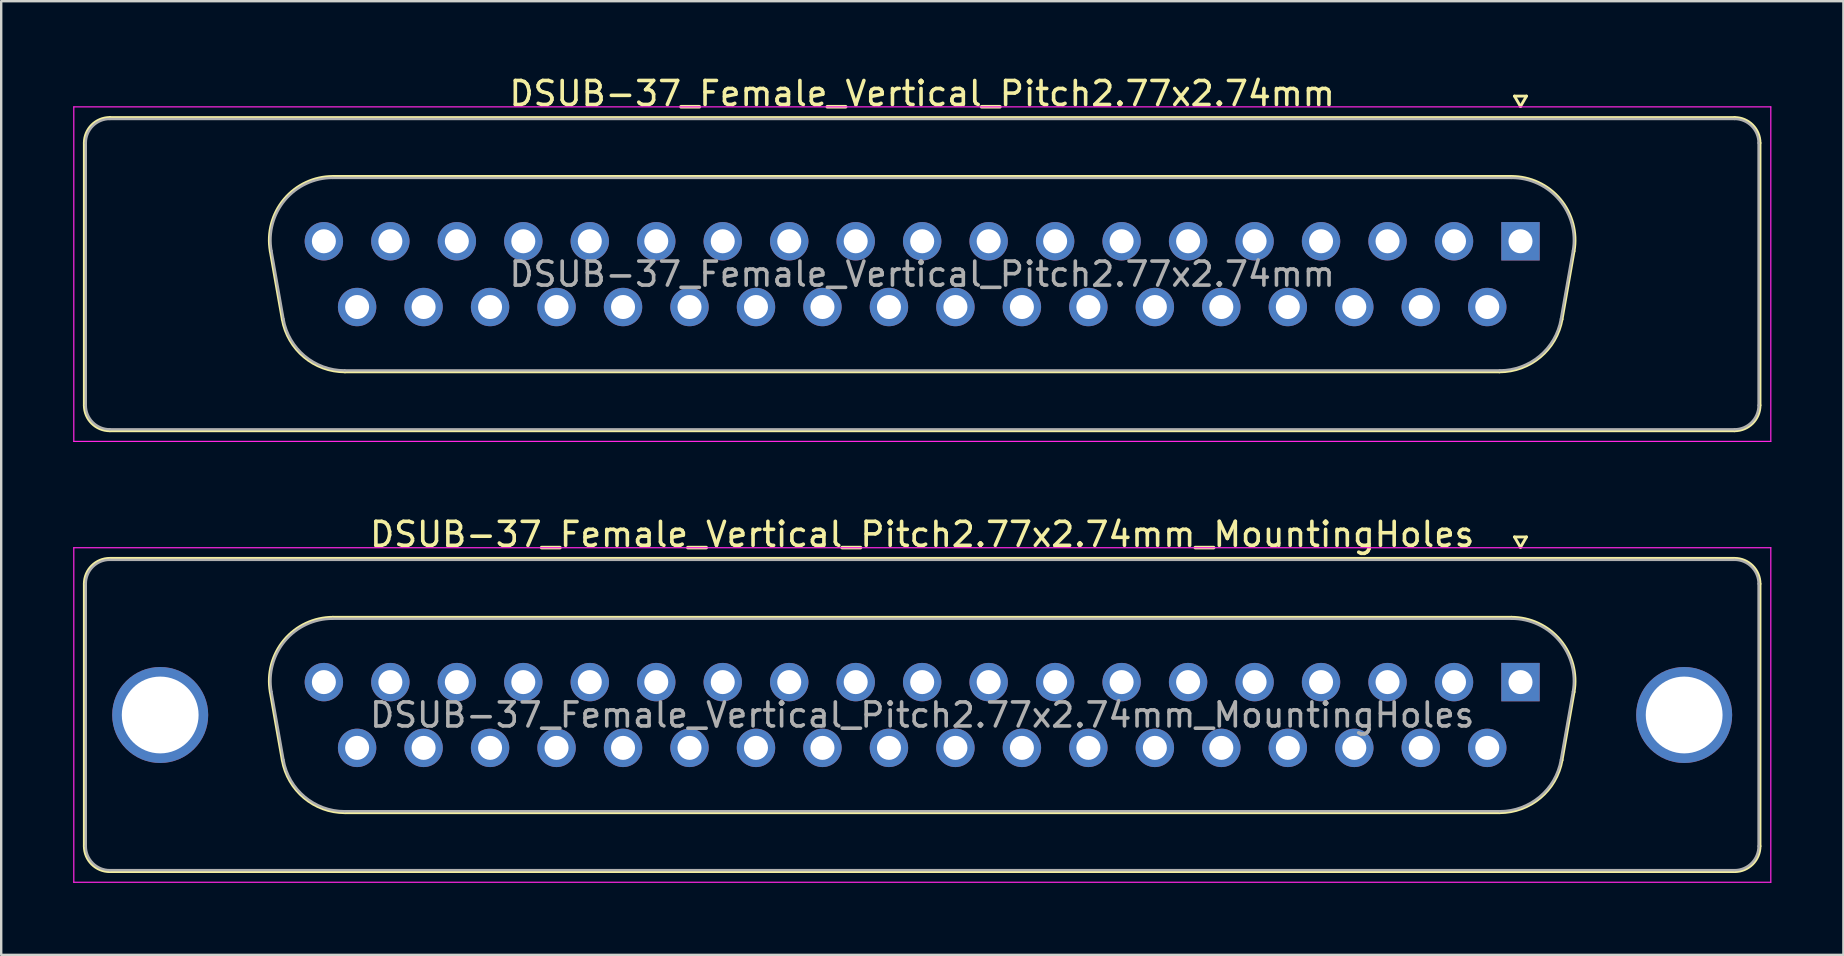
<source format=kicad_pcb>
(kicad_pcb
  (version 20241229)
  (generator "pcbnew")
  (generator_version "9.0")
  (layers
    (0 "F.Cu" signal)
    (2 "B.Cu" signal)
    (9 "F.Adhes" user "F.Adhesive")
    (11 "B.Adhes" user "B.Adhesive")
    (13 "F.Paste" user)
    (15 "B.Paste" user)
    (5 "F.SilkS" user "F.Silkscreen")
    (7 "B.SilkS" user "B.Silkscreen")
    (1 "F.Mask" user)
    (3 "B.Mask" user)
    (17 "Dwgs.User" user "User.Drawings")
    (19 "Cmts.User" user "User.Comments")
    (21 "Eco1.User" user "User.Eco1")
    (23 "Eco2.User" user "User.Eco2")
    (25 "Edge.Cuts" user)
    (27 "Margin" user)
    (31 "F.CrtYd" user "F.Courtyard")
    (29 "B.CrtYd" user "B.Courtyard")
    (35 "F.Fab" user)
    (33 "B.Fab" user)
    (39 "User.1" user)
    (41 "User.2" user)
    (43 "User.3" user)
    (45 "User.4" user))
  (footprint "DSUB-37_Female_Vertical_Pitch2.77x2.74mm"
    (layer "F.Cu")
    (at 60.305 7.003)
    (property "Reference" "DSUB-37_Female_Vertical_Pitch2.77x2.74mm" (at -24.93 -6.155 0) (layer "F.SilkS") (effects (font (size 1 1) (thickness 0.15))))
    (attr through_hole)
    (fp_line (start -59.84 6.835) (end -59.84 -4.095) (stroke (width 0.12) (type solid)) (layer "F.SilkS"))
    (fp_line (start -58.78 -5.155) (end 8.92 -5.155) (stroke (width 0.12) (type solid)) (layer "F.SilkS"))
    (fp_line (start -52.092 0.41) (end -51.591 3.25) (stroke (width 0.12) (type solid)) (layer "F.SilkS"))
    (fp_line (start -49.482 -2.7) (end -0.378 -2.7) (stroke (width 0.12) (type solid)) (layer "F.SilkS"))
    (fp_line (start -48.981 5.44) (end -0.879 5.44) (stroke (width 0.12) (type solid)) (layer "F.SilkS"))
    (fp_line (start -0.25 -6.049) (end 0.25 -6.049) (stroke (width 0.12) (type solid)) (layer "F.SilkS"))
    (fp_line (start 0 -5.616) (end -0.25 -6.049) (stroke (width 0.12) (type solid)) (layer "F.SilkS"))
    (fp_line (start 0.25 -6.049) (end 0 -5.616) (stroke (width 0.12) (type solid)) (layer "F.SilkS"))
    (fp_line (start 2.232 0.41) (end 1.731 3.25) (stroke (width 0.12) (type solid)) (layer "F.SilkS"))
    (fp_line (start 8.92 7.895) (end -58.78 7.895) (stroke (width 0.12) (type solid)) (layer "F.SilkS"))
    (fp_line (start 9.98 -4.095) (end 9.98 6.835) (stroke (width 0.12) (type solid)) (layer "F.SilkS"))
    (fp_arc (start -59.84 -4.095) (mid -59.529533 -4.844533) (end -58.78 -5.155) (stroke (width 0.12) (type solid)) (layer "F.SilkS"))
    (fp_arc (start -58.78 7.895) (mid -59.529533 7.584533) (end -59.84 6.835) (stroke (width 0.12) (type solid)) (layer "F.SilkS"))
    (fp_arc (start -52.091594 0.410168) (mid -51.511871 -1.753387) (end -49.481853 -2.7) (stroke (width 0.12) (type solid)) (layer "F.SilkS"))
    (fp_arc (start -48.981084 5.44) (mid -50.684471 4.820018) (end -51.590825 3.250168) (stroke (width 0.12) (type solid)) (layer "F.SilkS"))
    (fp_arc (start -0.378147 -2.7) (mid 1.651871 -1.753387) (end 2.231594 0.410168) (stroke (width 0.12) (type solid)) (layer "F.SilkS"))
    (fp_arc (start 1.730825 3.250168) (mid 0.824471 4.820018) (end -0.878916 5.44) (stroke (width 0.12) (type solid)) (layer "F.SilkS"))
    (fp_arc (start 8.92 -5.155) (mid 9.669533 -4.844533) (end 9.98 -4.095) (stroke (width 0.12) (type solid)) (layer "F.SilkS"))
    (fp_arc (start 9.98 6.835) (mid 9.669533 7.584533) (end 8.92 7.895) (stroke (width 0.12) (type solid)) (layer "F.SilkS"))
    (fp_line (start -60.28 -5.6) (end -60.28 8.34) (stroke (width 0.05) (type solid)) (layer "F.CrtYd"))
    (fp_line (start -60.28 8.34) (end 10.43 8.34) (stroke (width 0.05) (type solid)) (layer "F.CrtYd"))
    (fp_line (start 10.43 -5.6) (end -60.28 -5.6) (stroke (width 0.05) (type solid)) (layer "F.CrtYd"))
    (fp_line (start 10.43 8.34) (end 10.43 -5.6) (stroke (width 0.05) (type solid)) (layer "F.CrtYd"))
    (fp_line (start -59.78 6.835) (end -59.78 -4.095) (stroke (width 0.1) (type solid)) (layer "F.Fab"))
    (fp_line (start -58.78 -5.095) (end 8.92 -5.095) (stroke (width 0.1) (type solid)) (layer "F.Fab"))
    (fp_line (start -52.044 0.4) (end -51.543 3.24) (stroke (width 0.1) (type solid)) (layer "F.Fab"))
    (fp_line (start -49.493 -2.64) (end -0.367 -2.64) (stroke (width 0.1) (type solid)) (layer "F.Fab"))
    (fp_line (start -48.993 5.38) (end -0.867 5.38) (stroke (width 0.1) (type solid)) (layer "F.Fab"))
    (fp_line (start 2.184 0.4) (end 1.683 3.24) (stroke (width 0.1) (type solid)) (layer "F.Fab"))
    (fp_line (start 8.92 7.835) (end -58.78 7.835) (stroke (width 0.1) (type solid)) (layer "F.Fab"))
    (fp_line (start 9.92 -4.095) (end 9.92 6.835) (stroke (width 0.1) (type solid)) (layer "F.Fab"))
    (fp_arc (start -59.78 -4.095) (mid -59.487107 -4.802107) (end -58.78 -5.095) (stroke (width 0.1) (type solid)) (layer "F.Fab"))
    (fp_arc (start -58.78 7.835) (mid -59.487107 7.542107) (end -59.78 6.835) (stroke (width 0.1) (type solid)) (layer "F.Fab"))
    (fp_arc (start -52.04401 0.399749) (mid -51.477413 -1.71482) (end -49.493358 -2.64) (stroke (width 0.1) (type solid)) (layer "F.Fab"))
    (fp_arc (start -48.99259 5.38) (mid -50.65741 4.774055) (end -51.543242 3.239749) (stroke (width 0.1) (type solid)) (layer "F.Fab"))
    (fp_arc (start -0.366642 -2.64) (mid 1.617413 -1.71482) (end 2.18401 0.399749) (stroke (width 0.1) (type solid)) (layer "F.Fab"))
    (fp_arc (start 1.683242 3.239749) (mid 0.79741 4.774055) (end -0.86741 5.38) (stroke (width 0.1) (type solid)) (layer "F.Fab"))
    (fp_arc (start 8.92 -5.095) (mid 9.627107 -4.802107) (end 9.92 -4.095) (stroke (width 0.1) (type solid)) (layer "F.Fab"))
    (fp_arc (start 9.92 6.835) (mid 9.627107 7.542107) (end 8.92 7.835) (stroke (width 0.1) (type solid)) (layer "F.Fab"))
    (fp_text user "${REFERENCE}" (at -24.93 1.37 0) (layer "F.Fab") (effects (font (size 1 1) (thickness 0.15))))
    (pad "1" thru_hole rect (at 0 0) (size 1.6 1.6) (drill 1) (layers "*.Cu" "*.Mask"))
    (pad "2" thru_hole circle (at -2.77 0) (size 1.6 1.6) (drill 1) (layers "*.Cu" "*.Mask"))
    (pad "3" thru_hole circle (at -5.54 0) (size 1.6 1.6) (drill 1) (layers "*.Cu" "*.Mask"))
    (pad "4" thru_hole circle (at -8.31 0) (size 1.6 1.6) (drill 1) (layers "*.Cu" "*.Mask"))
    (pad "5" thru_hole circle (at -11.08 0) (size 1.6 1.6) (drill 1) (layers "*.Cu" "*.Mask"))
    (pad "6" thru_hole circle (at -13.85 0) (size 1.6 1.6) (drill 1) (layers "*.Cu" "*.Mask"))
    (pad "7" thru_hole circle (at -16.62 0) (size 1.6 1.6) (drill 1) (layers "*.Cu" "*.Mask"))
    (pad "8" thru_hole circle (at -19.39 0) (size 1.6 1.6) (drill 1) (layers "*.Cu" "*.Mask"))
    (pad "9" thru_hole circle (at -22.16 0) (size 1.6 1.6) (drill 1) (layers "*.Cu" "*.Mask"))
    (pad "10" thru_hole circle (at -24.93 0) (size 1.6 1.6) (drill 1) (layers "*.Cu" "*.Mask"))
    (pad "11" thru_hole circle (at -27.7 0) (size 1.6 1.6) (drill 1) (layers "*.Cu" "*.Mask"))
    (pad "12" thru_hole circle (at -30.47 0) (size 1.6 1.6) (drill 1) (layers "*.Cu" "*.Mask"))
    (pad "13" thru_hole circle (at -33.24 0) (size 1.6 1.6) (drill 1) (layers "*.Cu" "*.Mask"))
    (pad "14" thru_hole circle (at -36.01 0) (size 1.6 1.6) (drill 1) (layers "*.Cu" "*.Mask"))
    (pad "15" thru_hole circle (at -38.78 0) (size 1.6 1.6) (drill 1) (layers "*.Cu" "*.Mask"))
    (pad "16" thru_hole circle (at -41.55 0) (size 1.6 1.6) (drill 1) (layers "*.Cu" "*.Mask"))
    (pad "17" thru_hole circle (at -44.32 0) (size 1.6 1.6) (drill 1) (layers "*.Cu" "*.Mask"))
    (pad "18" thru_hole circle (at -47.09 0) (size 1.6 1.6) (drill 1) (layers "*.Cu" "*.Mask"))
    (pad "19" thru_hole circle (at -49.86 0) (size 1.6 1.6) (drill 1) (layers "*.Cu" "*.Mask"))
    (pad "20" thru_hole circle (at -1.385 2.74) (size 1.6 1.6) (drill 1) (layers "*.Cu" "*.Mask"))
    (pad "21" thru_hole circle (at -4.155 2.74) (size 1.6 1.6) (drill 1) (layers "*.Cu" "*.Mask"))
    (pad "22" thru_hole circle (at -6.925 2.74) (size 1.6 1.6) (drill 1) (layers "*.Cu" "*.Mask"))
    (pad "23" thru_hole circle (at -9.695 2.74) (size 1.6 1.6) (drill 1) (layers "*.Cu" "*.Mask"))
    (pad "24" thru_hole circle (at -12.465 2.74) (size 1.6 1.6) (drill 1) (layers "*.Cu" "*.Mask"))
    (pad "25" thru_hole circle (at -15.235 2.74) (size 1.6 1.6) (drill 1) (layers "*.Cu" "*.Mask"))
    (pad "26" thru_hole circle (at -18.005 2.74) (size 1.6 1.6) (drill 1) (layers "*.Cu" "*.Mask"))
    (pad "27" thru_hole circle (at -20.775 2.74) (size 1.6 1.6) (drill 1) (layers "*.Cu" "*.Mask"))
    (pad "28" thru_hole circle (at -23.545 2.74) (size 1.6 1.6) (drill 1) (layers "*.Cu" "*.Mask"))
    (pad "29" thru_hole circle (at -26.315 2.74) (size 1.6 1.6) (drill 1) (layers "*.Cu" "*.Mask"))
    (pad "30" thru_hole circle (at -29.085 2.74) (size 1.6 1.6) (drill 1) (layers "*.Cu" "*.Mask"))
    (pad "31" thru_hole circle (at -31.855 2.74) (size 1.6 1.6) (drill 1) (layers "*.Cu" "*.Mask"))
    (pad "32" thru_hole circle (at -34.625 2.74) (size 1.6 1.6) (drill 1) (layers "*.Cu" "*.Mask"))
    (pad "33" thru_hole circle (at -37.395 2.74) (size 1.6 1.6) (drill 1) (layers "*.Cu" "*.Mask"))
    (pad "34" thru_hole circle (at -40.165 2.74) (size 1.6 1.6) (drill 1) (layers "*.Cu" "*.Mask"))
    (pad "35" thru_hole circle (at -42.935 2.74) (size 1.6 1.6) (drill 1) (layers "*.Cu" "*.Mask"))
    (pad "36" thru_hole circle (at -45.705 2.74) (size 1.6 1.6) (drill 1) (layers "*.Cu" "*.Mask"))
    (pad "37" thru_hole circle (at -48.475 2.74) (size 1.6 1.6) (drill 1) (layers "*.Cu" "*.Mask")))
  (footprint "DSUB-37_Female_Vertical_Pitch2.77x2.74mm_MountingHoles"
    (layer "F.Cu")
    (at 60.305 25.372)
    (property "Reference" "DSUB-37_Female_Vertical_Pitch2.77x2.74mm_MountingHoles" (at -24.93 -6.155 0) (layer "F.SilkS") (effects (font (size 1 1) (thickness 0.15))))
    (attr through_hole)
    (fp_line (start -59.84 6.835) (end -59.84 -4.095) (stroke (width 0.12) (type solid)) (layer "F.SilkS"))
    (fp_line (start -58.78 -5.155) (end 8.92 -5.155) (stroke (width 0.12) (type solid)) (layer "F.SilkS"))
    (fp_line (start -52.092 0.41) (end -51.591 3.25) (stroke (width 0.12) (type solid)) (layer "F.SilkS"))
    (fp_line (start -49.482 -2.7) (end -0.378 -2.7) (stroke (width 0.12) (type solid)) (layer "F.SilkS"))
    (fp_line (start -48.981 5.44) (end -0.879 5.44) (stroke (width 0.12) (type solid)) (layer "F.SilkS"))
    (fp_line (start -0.25 -6.049) (end 0.25 -6.049) (stroke (width 0.12) (type solid)) (layer "F.SilkS"))
    (fp_line (start 0 -5.616) (end -0.25 -6.049) (stroke (width 0.12) (type solid)) (layer "F.SilkS"))
    (fp_line (start 0.25 -6.049) (end 0 -5.616) (stroke (width 0.12) (type solid)) (layer "F.SilkS"))
    (fp_line (start 2.232 0.41) (end 1.731 3.25) (stroke (width 0.12) (type solid)) (layer "F.SilkS"))
    (fp_line (start 8.92 7.895) (end -58.78 7.895) (stroke (width 0.12) (type solid)) (layer "F.SilkS"))
    (fp_line (start 9.98 -4.095) (end 9.98 6.835) (stroke (width 0.12) (type solid)) (layer "F.SilkS"))
    (fp_arc (start -59.84 -4.095) (mid -59.529533 -4.844533) (end -58.78 -5.155) (stroke (width 0.12) (type solid)) (layer "F.SilkS"))
    (fp_arc (start -58.78 7.895) (mid -59.529533 7.584533) (end -59.84 6.835) (stroke (width 0.12) (type solid)) (layer "F.SilkS"))
    (fp_arc (start -52.091594 0.410168) (mid -51.511871 -1.753387) (end -49.481853 -2.7) (stroke (width 0.12) (type solid)) (layer "F.SilkS"))
    (fp_arc (start -48.981084 5.44) (mid -50.684471 4.820018) (end -51.590825 3.250168) (stroke (width 0.12) (type solid)) (layer "F.SilkS"))
    (fp_arc (start -0.378147 -2.7) (mid 1.651871 -1.753387) (end 2.231594 0.410168) (stroke (width 0.12) (type solid)) (layer "F.SilkS"))
    (fp_arc (start 1.730825 3.250168) (mid 0.824471 4.820018) (end -0.878916 5.44) (stroke (width 0.12) (type solid)) (layer "F.SilkS"))
    (fp_arc (start 8.92 -5.155) (mid 9.669533 -4.844533) (end 9.98 -4.095) (stroke (width 0.12) (type solid)) (layer "F.SilkS"))
    (fp_arc (start 9.98 6.835) (mid 9.669533 7.584533) (end 8.92 7.895) (stroke (width 0.12) (type solid)) (layer "F.SilkS"))
    (fp_line (start -60.28 -5.6) (end -60.28 8.34) (stroke (width 0.05) (type solid)) (layer "F.CrtYd"))
    (fp_line (start -60.28 8.34) (end 10.43 8.34) (stroke (width 0.05) (type solid)) (layer "F.CrtYd"))
    (fp_line (start 10.43 -5.6) (end -60.28 -5.6) (stroke (width 0.05) (type solid)) (layer "F.CrtYd"))
    (fp_line (start 10.43 8.34) (end 10.43 -5.6) (stroke (width 0.05) (type solid)) (layer "F.CrtYd"))
    (fp_line (start -59.78 6.835) (end -59.78 -4.095) (stroke (width 0.1) (type solid)) (layer "F.Fab"))
    (fp_line (start -58.78 -5.095) (end 8.92 -5.095) (stroke (width 0.1) (type solid)) (layer "F.Fab"))
    (fp_line (start -52.044 0.4) (end -51.543 3.24) (stroke (width 0.1) (type solid)) (layer "F.Fab"))
    (fp_line (start -49.493 -2.64) (end -0.367 -2.64) (stroke (width 0.1) (type solid)) (layer "F.Fab"))
    (fp_line (start -48.993 5.38) (end -0.867 5.38) (stroke (width 0.1) (type solid)) (layer "F.Fab"))
    (fp_line (start 2.184 0.4) (end 1.683 3.24) (stroke (width 0.1) (type solid)) (layer "F.Fab"))
    (fp_line (start 8.92 7.835) (end -58.78 7.835) (stroke (width 0.1) (type solid)) (layer "F.Fab"))
    (fp_line (start 9.92 -4.095) (end 9.92 6.835) (stroke (width 0.1) (type solid)) (layer "F.Fab"))
    (fp_arc (start -59.78 -4.095) (mid -59.487107 -4.802107) (end -58.78 -5.095) (stroke (width 0.1) (type solid)) (layer "F.Fab"))
    (fp_arc (start -58.78 7.835) (mid -59.487107 7.542107) (end -59.78 6.835) (stroke (width 0.1) (type solid)) (layer "F.Fab"))
    (fp_arc (start -52.04401 0.399749) (mid -51.477413 -1.71482) (end -49.493358 -2.64) (stroke (width 0.1) (type solid)) (layer "F.Fab"))
    (fp_arc (start -48.99259 5.38) (mid -50.65741 4.774055) (end -51.543242 3.239749) (stroke (width 0.1) (type solid)) (layer "F.Fab"))
    (fp_arc (start -0.366642 -2.64) (mid 1.617413 -1.71482) (end 2.18401 0.399749) (stroke (width 0.1) (type solid)) (layer "F.Fab"))
    (fp_arc (start 1.683242 3.239749) (mid 0.79741 4.774055) (end -0.86741 5.38) (stroke (width 0.1) (type solid)) (layer "F.Fab"))
    (fp_arc (start 8.92 -5.095) (mid 9.627107 -4.802107) (end 9.92 -4.095) (stroke (width 0.1) (type solid)) (layer "F.Fab"))
    (fp_arc (start 9.92 6.835) (mid 9.627107 7.542107) (end 8.92 7.835) (stroke (width 0.1) (type solid)) (layer "F.Fab"))
    (fp_text user "${REFERENCE}" (at -24.93 1.37 0) (layer "F.Fab") (effects (font (size 1 1) (thickness 0.15))))
    (pad "0" thru_hole circle (at -56.68 1.37) (size 4 4) (drill 3.2) (layers "*.Cu" "*.Mask"))
    (pad "0" thru_hole circle (at 6.82 1.37) (size 4 4) (drill 3.2) (layers "*.Cu" "*.Mask"))
    (pad "1" thru_hole rect (at 0 0) (size 1.6 1.6) (drill 1) (layers "*.Cu" "*.Mask"))
    (pad "2" thru_hole circle (at -2.77 0) (size 1.6 1.6) (drill 1) (layers "*.Cu" "*.Mask"))
    (pad "3" thru_hole circle (at -5.54 0) (size 1.6 1.6) (drill 1) (layers "*.Cu" "*.Mask"))
    (pad "4" thru_hole circle (at -8.31 0) (size 1.6 1.6) (drill 1) (layers "*.Cu" "*.Mask"))
    (pad "5" thru_hole circle (at -11.08 0) (size 1.6 1.6) (drill 1) (layers "*.Cu" "*.Mask"))
    (pad "6" thru_hole circle (at -13.85 0) (size 1.6 1.6) (drill 1) (layers "*.Cu" "*.Mask"))
    (pad "7" thru_hole circle (at -16.62 0) (size 1.6 1.6) (drill 1) (layers "*.Cu" "*.Mask"))
    (pad "8" thru_hole circle (at -19.39 0) (size 1.6 1.6) (drill 1) (layers "*.Cu" "*.Mask"))
    (pad "9" thru_hole circle (at -22.16 0) (size 1.6 1.6) (drill 1) (layers "*.Cu" "*.Mask"))
    (pad "10" thru_hole circle (at -24.93 0) (size 1.6 1.6) (drill 1) (layers "*.Cu" "*.Mask"))
    (pad "11" thru_hole circle (at -27.7 0) (size 1.6 1.6) (drill 1) (layers "*.Cu" "*.Mask"))
    (pad "12" thru_hole circle (at -30.47 0) (size 1.6 1.6) (drill 1) (layers "*.Cu" "*.Mask"))
    (pad "13" thru_hole circle (at -33.24 0) (size 1.6 1.6) (drill 1) (layers "*.Cu" "*.Mask"))
    (pad "14" thru_hole circle (at -36.01 0) (size 1.6 1.6) (drill 1) (layers "*.Cu" "*.Mask"))
    (pad "15" thru_hole circle (at -38.78 0) (size 1.6 1.6) (drill 1) (layers "*.Cu" "*.Mask"))
    (pad "16" thru_hole circle (at -41.55 0) (size 1.6 1.6) (drill 1) (layers "*.Cu" "*.Mask"))
    (pad "17" thru_hole circle (at -44.32 0) (size 1.6 1.6) (drill 1) (layers "*.Cu" "*.Mask"))
    (pad "18" thru_hole circle (at -47.09 0) (size 1.6 1.6) (drill 1) (layers "*.Cu" "*.Mask"))
    (pad "19" thru_hole circle (at -49.86 0) (size 1.6 1.6) (drill 1) (layers "*.Cu" "*.Mask"))
    (pad "20" thru_hole circle (at -1.385 2.74) (size 1.6 1.6) (drill 1) (layers "*.Cu" "*.Mask"))
    (pad "21" thru_hole circle (at -4.155 2.74) (size 1.6 1.6) (drill 1) (layers "*.Cu" "*.Mask"))
    (pad "22" thru_hole circle (at -6.925 2.74) (size 1.6 1.6) (drill 1) (layers "*.Cu" "*.Mask"))
    (pad "23" thru_hole circle (at -9.695 2.74) (size 1.6 1.6) (drill 1) (layers "*.Cu" "*.Mask"))
    (pad "24" thru_hole circle (at -12.465 2.74) (size 1.6 1.6) (drill 1) (layers "*.Cu" "*.Mask"))
    (pad "25" thru_hole circle (at -15.235 2.74) (size 1.6 1.6) (drill 1) (layers "*.Cu" "*.Mask"))
    (pad "26" thru_hole circle (at -18.005 2.74) (size 1.6 1.6) (drill 1) (layers "*.Cu" "*.Mask"))
    (pad "27" thru_hole circle (at -20.775 2.74) (size 1.6 1.6) (drill 1) (layers "*.Cu" "*.Mask"))
    (pad "28" thru_hole circle (at -23.545 2.74) (size 1.6 1.6) (drill 1) (layers "*.Cu" "*.Mask"))
    (pad "29" thru_hole circle (at -26.315 2.74) (size 1.6 1.6) (drill 1) (layers "*.Cu" "*.Mask"))
    (pad "30" thru_hole circle (at -29.085 2.74) (size 1.6 1.6) (drill 1) (layers "*.Cu" "*.Mask"))
    (pad "31" thru_hole circle (at -31.855 2.74) (size 1.6 1.6) (drill 1) (layers "*.Cu" "*.Mask"))
    (pad "32" thru_hole circle (at -34.625 2.74) (size 1.6 1.6) (drill 1) (layers "*.Cu" "*.Mask"))
    (pad "33" thru_hole circle (at -37.395 2.74) (size 1.6 1.6) (drill 1) (layers "*.Cu" "*.Mask"))
    (pad "34" thru_hole circle (at -40.165 2.74) (size 1.6 1.6) (drill 1) (layers "*.Cu" "*.Mask"))
    (pad "35" thru_hole circle (at -42.935 2.74) (size 1.6 1.6) (drill 1) (layers "*.Cu" "*.Mask"))
    (pad "36" thru_hole circle (at -45.705 2.74) (size 1.6 1.6) (drill 1) (layers "*.Cu" "*.Mask"))
    (pad "37" thru_hole circle (at -48.475 2.74) (size 1.6 1.6) (drill 1) (layers "*.Cu" "*.Mask")))
  (gr_rect
    (start -3 -3)
    (end 73.76 36.736)
    (stroke (width 0.1) (type default))
    (fill no)
    (layer "Edge.Cuts")))
</source>
